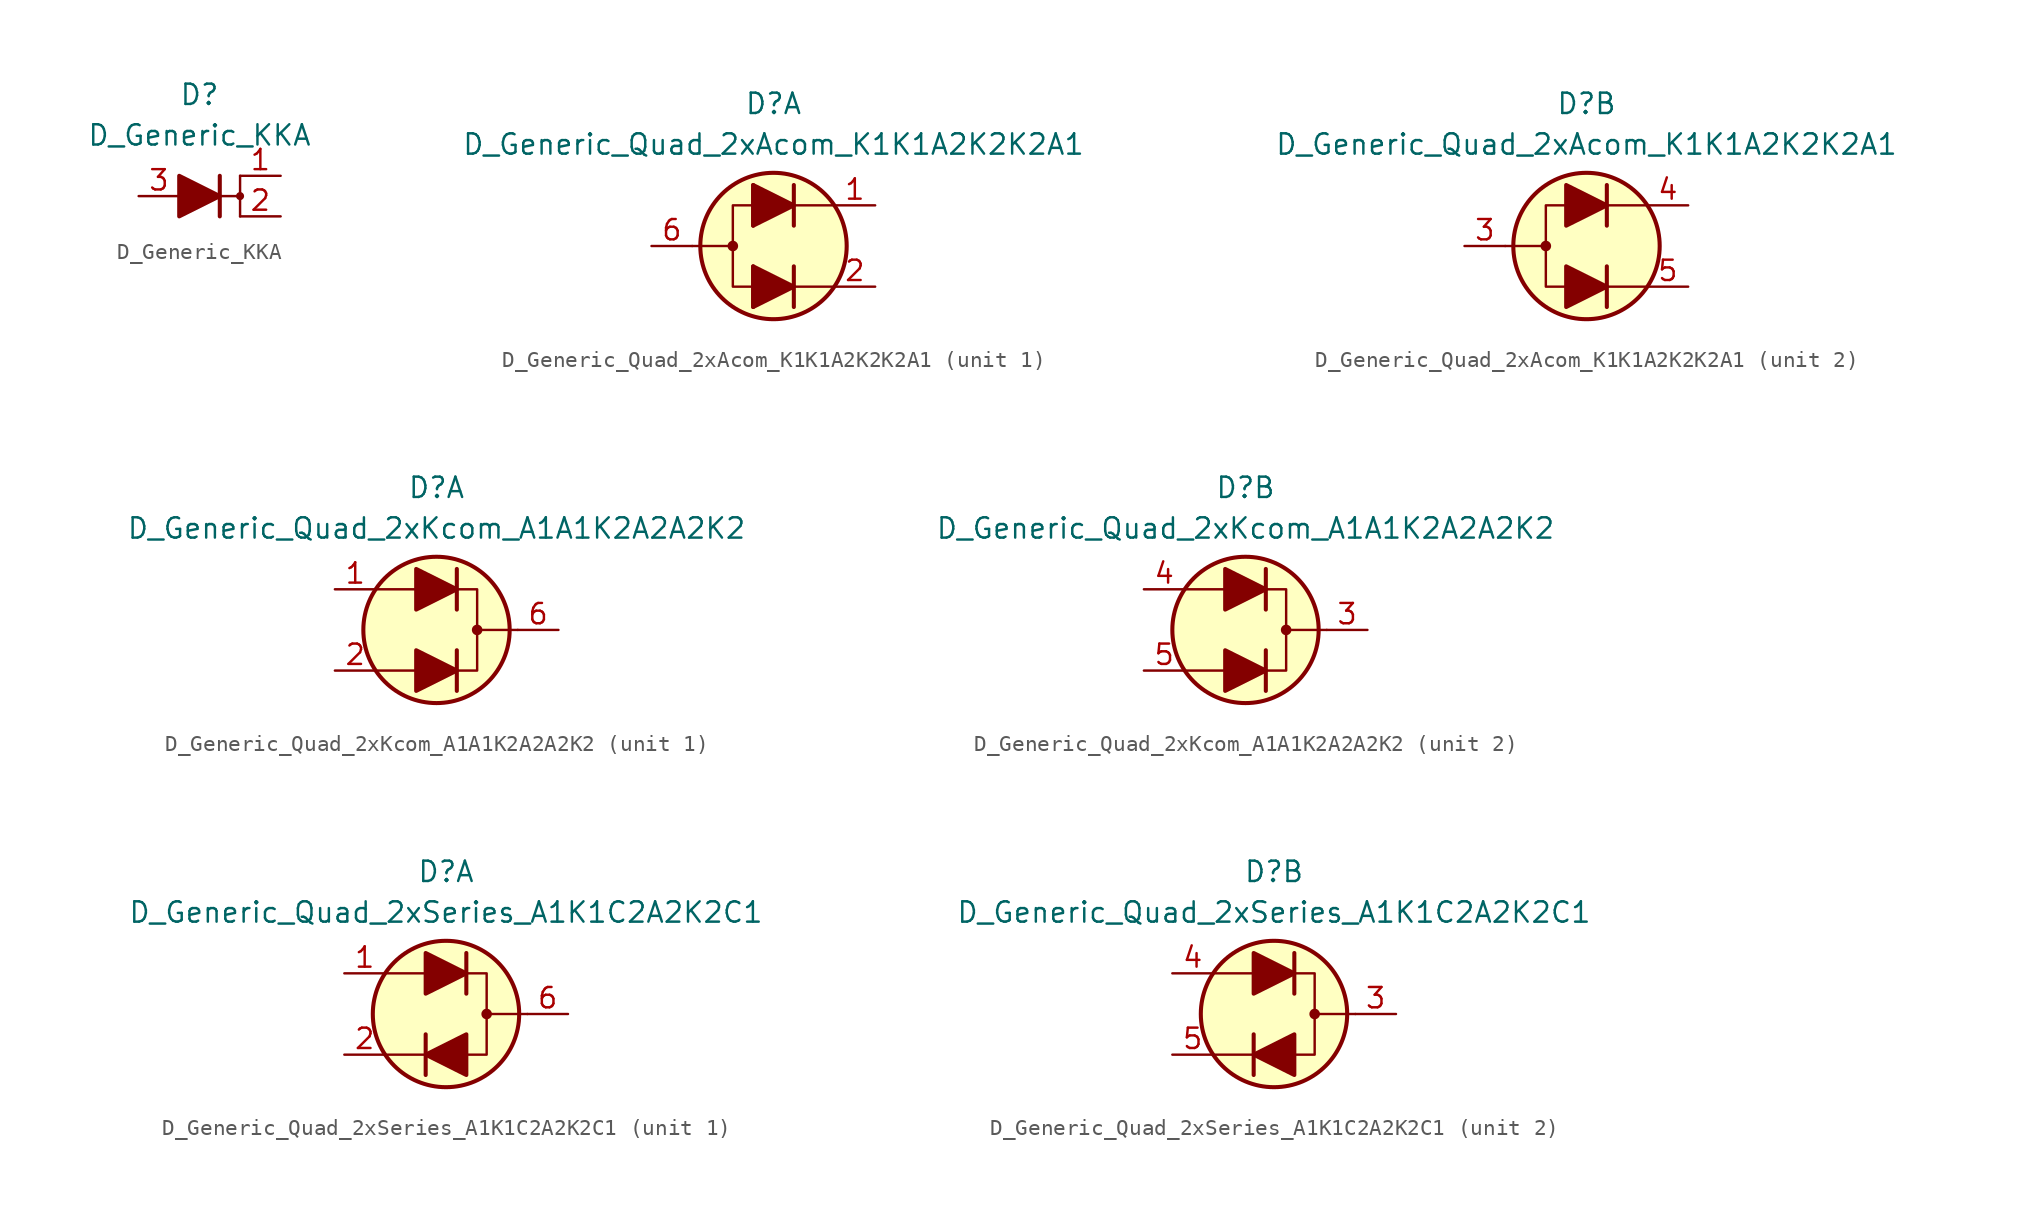
<source format=kicad_sym>
(kicad_symbol_lib
  (version 20211014)
  (generator kicad_symbol_editor)
  (symbol "D_Generic_KKA"
    (pin_names
      (offset 1.016) hide)
    (property "Reference" "D"
      (at 0 6.35 0)
      (effects (font (size 1.27 1.27))))
    (property "Value" "D_Generic_KKA"
      (at 0 3.81 0)
      (effects (font (size 1.27 1.27))))
    (symbol "D_Generic_KKA_0_1"
      (polyline (pts (xy -1.27 0) (xy 1.27 0)) (stroke (width 0) (type default) (color 0 0 0 0)) (fill (type none)))
      (polyline (pts (xy 1.27 -1.27) (xy 1.27 1.27)) (stroke (width 0.254) (type default) (color 0 0 0 0)) (fill (type none)))
      (polyline (pts (xy -1.27 -1.27) (xy -1.27 1.27) (xy 1.27 0) (xy -1.27 -1.27)) (stroke (width 0.254) (type default) (color 0 0 0 0)) (fill (type outline))))
    (symbol "D_Generic_KKA_1_1"
      (polyline (pts (xy 1.27 0) (xy 2.54 0)) (stroke (width 0) (type default) (color 0 0 0 0)) (fill (type none)))
      (polyline (pts (xy 2.54 -1.27) (xy 2.54 1.27)) (stroke (width 0) (type default) (color 0 0 0 0)) (fill (type none)))
      (circle (center 2.54 0) (radius 0.178) (stroke (width 0) (type default) (color 0 0 0 0)) (fill (type outline)))
      (pin passive line (at 5.08 1.27 180) (length 2.54) (name "K" (effects (font (size 1.27 1.27)))) (number "1" (effects (font (size 1.27 1.27)))))
      (pin passive line (at 5.08 -1.27 180) (length 2.54) (name "K" (effects (font (size 1.27 1.27)))) (number "2" (effects (font (size 1.27 1.27)))))
      (pin passive line (at -3.81 0 0) (length 2.54) (name "A" (effects (font (size 1.27 1.27)))) (number "3" (effects (font (size 1.27 1.27)))))))
  (symbol "D_Generic_Quad_2xAcom_K1K1A2K2K2A1"
    (pin_names
      (offset 1.016) hide)
    (property "Reference" "D"
      (at 0 8.89 0)
      (effects (font (size 1.27 1.27))))
    (property "Value" "D_Generic_Quad_2xAcom_K1K1A2K2K2A1"
      (at 0 6.35 0)
      (effects (font (size 1.27 1.27))))
    (property "ki_locked" ""
      (at 0 0 0)
      (effects (font (size 1.27 1.27))))
    (symbol "D_Generic_Quad_2xAcom_K1K1A2K2K2A1_1_1"
      (circle (center -2.54 0) (radius 0.254) (stroke (width 0) (type default) (color 0 0 0 0)) (fill (type outline)))
      (polyline (pts (xy -5.08 0) (xy -2.54 0)) (stroke (width 0) (type default) (color 0 0 0 0)) (fill (type none)))
      (polyline (pts (xy -1.27 -3.81) (xy -1.27 -1.27)) (stroke (width 0.254) (type default) (color 0 0 0 0)) (fill (type none)))
      (polyline (pts (xy -1.27 -2.54) (xy 1.27 -2.54)) (stroke (width 0) (type default) (color 0 0 0 0)) (fill (type none)))
      (polyline (pts (xy -1.27 1.27) (xy -1.27 3.81)) (stroke (width 0.254) (type default) (color 0 0 0 0)) (fill (type none)))
      (polyline (pts (xy -1.27 2.54) (xy 1.27 2.54)) (stroke (width 0) (type default) (color 0 0 0 0)) (fill (type none)))
      (polyline (pts (xy 1.27 -3.81) (xy 1.27 -1.27)) (stroke (width 0.254) (type default) (color 0 0 0 0)) (fill (type none)))
      (polyline (pts (xy 1.27 -2.54) (xy -1.27 -2.54)) (stroke (width 0) (type default) (color 0 0 0 0)) (fill (type none)))
      (polyline (pts (xy 1.27 -2.54) (xy 3.81 -2.54)) (stroke (width 0) (type default) (color 0 0 0 0)) (fill (type none)))
      (polyline (pts (xy 1.27 1.27) (xy 1.27 3.81)) (stroke (width 0.254) (type default) (color 0 0 0 0)) (fill (type none)))
      (polyline (pts (xy 1.27 2.54) (xy -1.27 2.54)) (stroke (width 0) (type default) (color 0 0 0 0)) (fill (type none)))
      (polyline (pts (xy 1.27 2.54) (xy 3.81 2.54)) (stroke (width 0) (type default) (color 0 0 0 0)) (fill (type none)))
      (polyline (pts (xy -1.27 -2.54) (xy -2.54 -2.54) (xy -2.54 2.54) (xy -1.27 2.54)) (stroke (width 0) (type default) (color 0 0 0 0)) (fill (type none)))
      (polyline (pts (xy -1.27 -1.27) (xy -1.27 -3.81) (xy 1.27 -2.54) (xy -1.27 -1.27)) (stroke (width 0.254) (type default) (color 0 0 0 0)) (fill (type outline)))
      (polyline (pts (xy -1.27 3.81) (xy -1.27 1.27) (xy 1.27 2.54) (xy -1.27 3.81)) (stroke (width 0.254) (type default) (color 0 0 0 0)) (fill (type outline)))
      (circle (center 0 0) (radius 4.572) (stroke (width 0.254) (type default) (color 0 0 0 0)) (fill (type background)))
      (pin passive line (at 6.35 2.54 180) (length 2.54) (name "K1" (effects (font (size 1.27 1.27)))) (number "1" (effects (font (size 1.27 1.27)))))
      (pin passive line (at 6.35 -2.54 180) (length 2.54) (name "K1" (effects (font (size 1.27 1.27)))) (number "2" (effects (font (size 1.27 1.27)))))
      (pin passive line (at -7.62 0 0) (length 2.54) (name "A1" (effects (font (size 1.27 1.27)))) (number "6" (effects (font (size 1.27 1.27))))))
    (symbol "D_Generic_Quad_2xAcom_K1K1A2K2K2A1_2_1"
      (circle (center -2.54 0) (radius 0.254) (stroke (width 0) (type default) (color 0 0 0 0)) (fill (type outline)))
      (polyline (pts (xy -5.08 0) (xy -2.54 0)) (stroke (width 0) (type default) (color 0 0 0 0)) (fill (type none)))
      (polyline (pts (xy -1.27 -2.54) (xy 1.27 -2.54)) (stroke (width 0) (type default) (color 0 0 0 0)) (fill (type none)))
      (polyline (pts (xy -1.27 2.54) (xy 1.27 2.54)) (stroke (width 0) (type default) (color 0 0 0 0)) (fill (type none)))
      (polyline (pts (xy 1.27 -2.54) (xy 3.81 -2.54)) (stroke (width 0) (type default) (color 0 0 0 0)) (fill (type none)))
      (polyline (pts (xy 1.27 -1.27) (xy 1.27 -3.81)) (stroke (width 0.254) (type default) (color 0 0 0 0)) (fill (type none)))
      (polyline (pts (xy 1.27 2.54) (xy 3.81 2.54)) (stroke (width 0) (type default) (color 0 0 0 0)) (fill (type none)))
      (polyline (pts (xy 1.27 3.81) (xy 1.27 1.27)) (stroke (width 0.254) (type default) (color 0 0 0 0)) (fill (type none)))
      (polyline (pts (xy -1.27 -2.54) (xy -2.54 -2.54) (xy -2.54 2.54) (xy -1.27 2.54)) (stroke (width 0) (type default) (color 0 0 0 0)) (fill (type none)))
      (polyline (pts (xy -1.27 -1.27) (xy -1.27 -3.81) (xy 1.27 -2.54) (xy -1.27 -1.27)) (stroke (width 0.254) (type default) (color 0 0 0 0)) (fill (type outline)))
      (polyline (pts (xy -1.27 3.81) (xy -1.27 1.27) (xy 1.27 2.54) (xy -1.27 3.81)) (stroke (width 0.254) (type default) (color 0 0 0 0)) (fill (type outline)))
      (circle (center 0 0) (radius 4.572) (stroke (width 0.254) (type default) (color 0 0 0 0)) (fill (type background)))
      (pin passive line (at -7.62 0 0) (length 2.54) (name "A2" (effects (font (size 1.27 1.27)))) (number "3" (effects (font (size 1.27 1.27)))))
      (pin passive line (at 6.35 2.54 180) (length 2.54) (name "K2" (effects (font (size 1.27 1.27)))) (number "4" (effects (font (size 1.27 1.27)))))
      (pin passive line (at 6.35 -2.54 180) (length 2.54) (name "K2" (effects (font (size 1.27 1.27)))) (number "5" (effects (font (size 1.27 1.27)))))))
  (symbol "D_Generic_Quad_2xKcom_A1A1K2A2A2K2"
    (pin_names
      (offset 1.016) hide)
    (property "Reference" "D"
      (at 0 8.89 0)
      (effects (font (size 1.27 1.27))))
    (property "Value" "D_Generic_Quad_2xKcom_A1A1K2A2A2K2"
      (at 0 6.35 0)
      (effects (font (size 1.27 1.27))))
    (property "ki_locked" ""
      (at 0 0 0)
      (effects (font (size 1.27 1.27))))
    (symbol "D_Generic_Quad_2xKcom_A1A1K2A2A2K2_0_1"
      (polyline (pts (xy -1.27 -2.54) (xy -3.81 -2.54)) (stroke (width 0) (type default) (color 0 0 0 0)) (fill (type none)))
      (polyline (pts (xy -1.27 2.54) (xy -3.81 2.54)) (stroke (width 0) (type default) (color 0 0 0 0)) (fill (type none)))
      (polyline (pts (xy 1.27 -3.81) (xy 1.27 -1.27)) (stroke (width 0.254) (type default) (color 0 0 0 0)) (fill (type none)))
      (polyline (pts (xy 1.27 1.27) (xy 1.27 3.81)) (stroke (width 0.254) (type default) (color 0 0 0 0)) (fill (type none)))
      (polyline (pts (xy 5.08 0) (xy 2.54 0)) (stroke (width 0) (type default) (color 0 0 0 0)) (fill (type none)))
      (polyline (pts (xy 1.27 -2.54) (xy 2.54 -2.54) (xy 2.54 2.54) (xy 1.27 2.54)) (stroke (width 0) (type default) (color 0 0 0 0)) (fill (type none)))
      (circle (center 0 0) (radius 4.572) (stroke (width 0.254) (type default) (color 0 0 0 0)) (fill (type background)))
      (circle (center 2.54 0) (radius 0.254) (stroke (width 0) (type default) (color 0 0 0 0)) (fill (type outline))))
    (symbol "D_Generic_Quad_2xKcom_A1A1K2A2A2K2_1_1"
      (polyline (pts (xy -1.27 -2.54) (xy 1.27 -2.54)) (stroke (width 0) (type default) (color 0 0 0 0)) (fill (type none)))
      (polyline (pts (xy -1.27 2.54) (xy 1.27 2.54)) (stroke (width 0) (type default) (color 0 0 0 0)) (fill (type none)))
      (polyline (pts (xy -1.27 -3.81) (xy -1.27 -1.27) (xy 1.27 -2.54) (xy -1.27 -3.81)) (stroke (width 0.254) (type default) (color 0 0 0 0)) (fill (type outline)))
      (polyline (pts (xy -1.27 1.27) (xy -1.27 3.81) (xy 1.27 2.54) (xy -1.27 1.27)) (stroke (width 0.254) (type default) (color 0 0 0 0)) (fill (type outline)))
      (pin passive line (at -6.35 2.54 0) (length 2.54) (name "A1" (effects (font (size 1.27 1.27)))) (number "1" (effects (font (size 1.27 1.27)))))
      (pin passive line (at -6.35 -2.54 0) (length 2.54) (name "A1" (effects (font (size 1.27 1.27)))) (number "2" (effects (font (size 1.27 1.27)))))
      (pin passive line (at 7.62 0 180) (length 2.54) (name "K1" (effects (font (size 1.27 1.27)))) (number "6" (effects (font (size 1.27 1.27))))))
    (symbol "D_Generic_Quad_2xKcom_A1A1K2A2A2K2_2_1"
      (polyline (pts (xy -1.27 -2.54) (xy 1.27 -2.54)) (stroke (width 0) (type default) (color 0 0 0 0)) (fill (type none)))
      (polyline (pts (xy -1.27 2.54) (xy 1.27 2.54)) (stroke (width 0) (type default) (color 0 0 0 0)) (fill (type none)))
      (polyline (pts (xy -1.27 -3.81) (xy -1.27 -1.27) (xy 1.27 -2.54) (xy -1.27 -3.81)) (stroke (width 0.254) (type default) (color 0 0 0 0)) (fill (type outline)))
      (polyline (pts (xy -1.27 1.27) (xy -1.27 3.81) (xy 1.27 2.54) (xy -1.27 1.27)) (stroke (width 0.254) (type default) (color 0 0 0 0)) (fill (type outline)))
      (pin passive line (at 7.62 0 180) (length 2.54) (name "K2" (effects (font (size 1.27 1.27)))) (number "3" (effects (font (size 1.27 1.27)))))
      (pin passive line (at -6.35 2.54 0) (length 2.54) (name "A2" (effects (font (size 1.27 1.27)))) (number "4" (effects (font (size 1.27 1.27)))))
      (pin passive line (at -6.35 -2.54 0) (length 2.54) (name "A2" (effects (font (size 1.27 1.27)))) (number "5" (effects (font (size 1.27 1.27)))))))
  (symbol "D_Generic_Quad_2xSeries_A1K1C2A2K2C1"
    (pin_names
      (offset 1.016) hide)
    (property "Reference" "D"
      (at 0 8.89 0)
      (effects (font (size 1.27 1.27))))
    (property "Value" "D_Generic_Quad_2xSeries_A1K1C2A2K2C1"
      (at 0 6.35 0)
      (effects (font (size 1.27 1.27))))
    (property "ki_locked" ""
      (at 0 0 0)
      (effects (font (size 1.27 1.27))))
    (symbol "D_Generic_Quad_2xSeries_A1K1C2A2K2C1_0_1"
      (polyline (pts (xy -1.27 -2.54) (xy -3.81 -2.54)) (stroke (width 0) (type default) (color 0 0 0 0)) (fill (type none)))
      (polyline (pts (xy -1.27 -1.27) (xy -1.27 -3.81)) (stroke (width 0.254) (type default) (color 0 0 0 0)) (fill (type none)))
      (polyline (pts (xy -1.27 2.54) (xy -3.81 2.54)) (stroke (width 0) (type default) (color 0 0 0 0)) (fill (type none)))
      (polyline (pts (xy 1.27 3.81) (xy 1.27 1.27)) (stroke (width 0.254) (type default) (color 0 0 0 0)) (fill (type none)))
      (polyline (pts (xy 5.08 0) (xy 2.54 0)) (stroke (width 0) (type default) (color 0 0 0 0)) (fill (type none)))
      (polyline (pts (xy 1.27 -2.54) (xy 2.54 -2.54) (xy 2.54 2.54) (xy 1.27 2.54)) (stroke (width 0) (type default) (color 0 0 0 0)) (fill (type none)))
      (circle (center 0 0) (radius 4.572) (stroke (width 0.254) (type default) (color 0 0 0 0)) (fill (type background)))
      (circle (center 2.54 0) (radius 0.254) (stroke (width 0) (type default) (color 0 0 0 0)) (fill (type outline))))
    (symbol "D_Generic_Quad_2xSeries_A1K1C2A2K2C1_1_1"
      (polyline (pts (xy -1.27 2.54) (xy 1.27 2.54)) (stroke (width 0) (type default) (color 0 0 0 0)) (fill (type none)))
      (polyline (pts (xy 1.27 -2.54) (xy -1.27 -2.54)) (stroke (width 0) (type default) (color 0 0 0 0)) (fill (type none)))
      (polyline (pts (xy -1.27 1.27) (xy -1.27 3.81) (xy 1.27 2.54) (xy -1.27 1.27)) (stroke (width 0.254) (type default) (color 0 0 0 0)) (fill (type outline)))
      (polyline (pts (xy 1.27 -1.27) (xy 1.27 -3.81) (xy -1.27 -2.54) (xy 1.27 -1.27)) (stroke (width 0.254) (type default) (color 0 0 0 0)) (fill (type outline)))
      (pin passive line (at -6.35 2.54 0) (length 2.54) (name "A1" (effects (font (size 1.27 1.27)))) (number "1" (effects (font (size 1.27 1.27)))))
      (pin passive line (at -6.35 -2.54 0) (length 2.54) (name "K1" (effects (font (size 1.27 1.27)))) (number "2" (effects (font (size 1.27 1.27)))))
      (pin passive line (at 7.62 0 180) (length 2.54) (name "C1" (effects (font (size 1.27 1.27)))) (number "6" (effects (font (size 1.27 1.27))))))
    (symbol "D_Generic_Quad_2xSeries_A1K1C2A2K2C1_2_1"
      (polyline (pts (xy -1.27 2.54) (xy 1.27 2.54)) (stroke (width 0) (type default) (color 0 0 0 0)) (fill (type none)))
      (polyline (pts (xy 1.27 -2.54) (xy -1.27 -2.54)) (stroke (width 0) (type default) (color 0 0 0 0)) (fill (type none)))
      (polyline (pts (xy -1.27 1.27) (xy -1.27 3.81) (xy 1.27 2.54) (xy -1.27 1.27)) (stroke (width 0.254) (type default) (color 0 0 0 0)) (fill (type outline)))
      (polyline (pts (xy 1.27 -1.27) (xy 1.27 -3.81) (xy -1.27 -2.54) (xy 1.27 -1.27)) (stroke (width 0.254) (type default) (color 0 0 0 0)) (fill (type outline)))
      (pin passive line (at 7.62 0 180) (length 2.54) (name "C2" (effects (font (size 1.27 1.27)))) (number "3" (effects (font (size 1.27 1.27)))))
      (pin passive line (at -6.35 2.54 0) (length 2.54) (name "A2" (effects (font (size 1.27 1.27)))) (number "4" (effects (font (size 1.27 1.27)))))
      (pin passive line (at -6.35 -2.54 0) (length 2.54) (name "K2" (effects (font (size 1.27 1.27)))) (number "5" (effects (font (size 1.27 1.27))))))))
</source>
